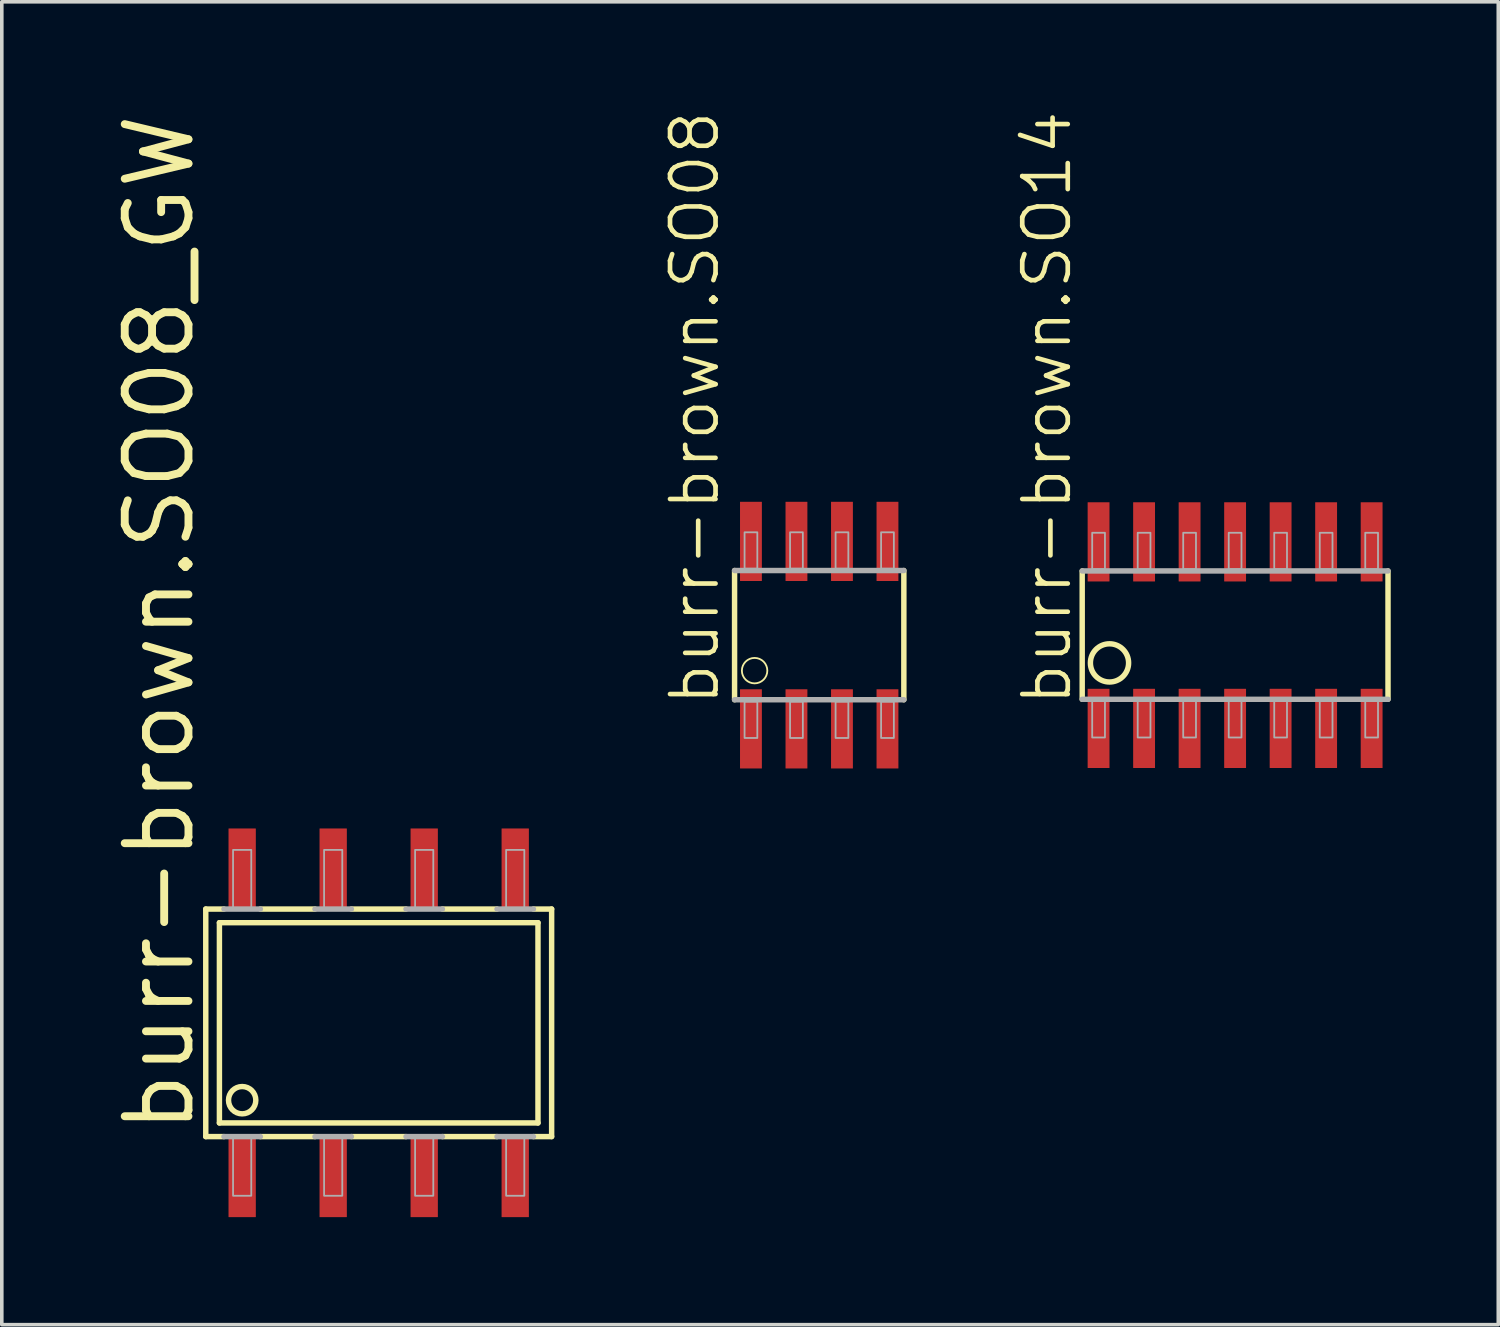
<source format=kicad_pcb>
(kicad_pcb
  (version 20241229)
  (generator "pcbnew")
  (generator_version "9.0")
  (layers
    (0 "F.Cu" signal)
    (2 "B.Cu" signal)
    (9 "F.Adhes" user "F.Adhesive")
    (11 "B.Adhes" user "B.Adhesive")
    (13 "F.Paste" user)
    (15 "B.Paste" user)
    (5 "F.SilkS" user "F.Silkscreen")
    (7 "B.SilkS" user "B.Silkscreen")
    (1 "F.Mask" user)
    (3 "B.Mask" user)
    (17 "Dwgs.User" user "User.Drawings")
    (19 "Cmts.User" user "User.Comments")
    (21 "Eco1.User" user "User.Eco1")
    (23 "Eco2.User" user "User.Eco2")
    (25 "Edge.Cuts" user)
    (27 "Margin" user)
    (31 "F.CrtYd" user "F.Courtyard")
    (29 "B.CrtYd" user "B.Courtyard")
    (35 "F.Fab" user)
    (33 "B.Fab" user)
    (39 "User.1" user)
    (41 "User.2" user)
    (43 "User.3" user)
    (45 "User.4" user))
  (footprint "burr-brown.SO08_GW"
    (layer "F.Cu")
    (at 7.518 25.493)
    (property "Reference" "burr-brown.SO08_GW" (at -5.08 3.175 90) (layer "F.SilkS") (effects (font (size 1.778 1.778) (thickness 0.22)) (justify left bottom)))
    (attr smd)
    (fp_line (start -4.826 -3.175) (end -4.826 3.175) (stroke (width 0.152) (type default)) (layer "F.SilkS"))
    (fp_line (start -4.826 3.175) (end -4.318 3.175) (stroke (width 0.152) (type default)) (layer "F.SilkS"))
    (fp_line (start -4.445 -2.794) (end 4.445 -2.794) (stroke (width 0.152) (type default)) (layer "F.SilkS"))
    (fp_line (start -4.445 2.794) (end -4.445 -2.794) (stroke (width 0.152) (type default)) (layer "F.SilkS"))
    (fp_line (start -4.318 -3.175) (end -4.826 -3.175) (stroke (width 0.152) (type default)) (layer "F.SilkS"))
    (fp_line (start -3.302 3.175) (end -1.778 3.175) (stroke (width 0.152) (type default)) (layer "F.SilkS"))
    (fp_line (start -1.778 -3.175) (end -3.302 -3.175) (stroke (width 0.152) (type default)) (layer "F.SilkS"))
    (fp_line (start -0.762 3.175) (end 0.762 3.175) (stroke (width 0.152) (type default)) (layer "F.SilkS"))
    (fp_line (start 0.762 -3.175) (end -0.762 -3.175) (stroke (width 0.152) (type default)) (layer "F.SilkS"))
    (fp_line (start 1.778 3.175) (end 3.302 3.175) (stroke (width 0.152) (type default)) (layer "F.SilkS"))
    (fp_line (start 3.302 -3.175) (end 1.778 -3.175) (stroke (width 0.152) (type default)) (layer "F.SilkS"))
    (fp_line (start 4.318 3.175) (end 4.826 3.175) (stroke (width 0.152) (type default)) (layer "F.SilkS"))
    (fp_line (start 4.445 -2.794) (end 4.445 2.794) (stroke (width 0.152) (type default)) (layer "F.SilkS"))
    (fp_line (start 4.445 2.794) (end -4.445 2.794) (stroke (width 0.152) (type default)) (layer "F.SilkS"))
    (fp_line (start 4.826 -3.175) (end 4.318 -3.175) (stroke (width 0.152) (type default)) (layer "F.SilkS"))
    (fp_line (start 4.826 3.175) (end 4.826 -3.175) (stroke (width 0.152) (type default)) (layer "F.SilkS"))
    (fp_circle (center -3.81 2.159) (end -3.429 2.159) (stroke (width 0.152) (type default)) (fill no) (layer "F.SilkS"))
    (fp_line (start -4.318 3.175) (end -3.302 3.175) (stroke (width 0.152) (type default)) (layer "F.Fab"))
    (fp_line (start -3.302 -3.175) (end -4.318 -3.175) (stroke (width 0.152) (type default)) (layer "F.Fab"))
    (fp_line (start -1.778 3.175) (end -0.762 3.175) (stroke (width 0.152) (type default)) (layer "F.Fab"))
    (fp_line (start -0.762 -3.175) (end -1.778 -3.175) (stroke (width 0.152) (type default)) (layer "F.Fab"))
    (fp_line (start 0.762 3.175) (end 1.778 3.175) (stroke (width 0.152) (type default)) (layer "F.Fab"))
    (fp_line (start 1.778 -3.175) (end 0.762 -3.175) (stroke (width 0.152) (type default)) (layer "F.Fab"))
    (fp_line (start 3.302 3.175) (end 4.318 3.175) (stroke (width 0.152) (type default)) (layer "F.Fab"))
    (fp_line (start 4.318 -3.175) (end 3.302 -3.175) (stroke (width 0.152) (type default)) (layer "F.Fab"))
    (fp_rect (start -4.064 -3.175) (end -3.556 -4.826) (stroke (width 0.05) (type default)) (fill no) (layer "F.Fab"))
    (fp_rect (start -4.064 4.826) (end -3.556 3.175) (stroke (width 0.05) (type default)) (fill no) (layer "F.Fab"))
    (fp_rect (start -1.524 -3.175) (end -1.016 -4.826) (stroke (width 0.05) (type default)) (fill no) (layer "F.Fab"))
    (fp_rect (start -1.524 4.826) (end -1.016 3.175) (stroke (width 0.05) (type default)) (fill no) (layer "F.Fab"))
    (fp_rect (start 1.016 -3.175) (end 1.524 -4.826) (stroke (width 0.05) (type default)) (fill no) (layer "F.Fab"))
    (fp_rect (start 1.016 4.826) (end 1.524 3.175) (stroke (width 0.05) (type default)) (fill no) (layer "F.Fab"))
    (fp_rect (start 3.556 -3.175) (end 4.064 -4.826) (stroke (width 0.05) (type default)) (fill no) (layer "F.Fab"))
    (fp_rect (start 3.556 4.826) (end 4.064 3.175) (stroke (width 0.05) (type default)) (fill no) (layer "F.Fab"))
    (pad "1" smd roundrect (at -3.81 4.318) (size 0.762 2.21) (layers "F.Cu" "F.Mask" "F.Paste") (roundrect_rratio 0.01))
    (pad "2" smd roundrect (at -1.27 4.318) (size 0.762 2.21) (layers "F.Cu" "F.Mask" "F.Paste") (roundrect_rratio 0.01))
    (pad "3" smd roundrect (at 1.27 4.318) (size 0.762 2.21) (layers "F.Cu" "F.Mask" "F.Paste") (roundrect_rratio 0.01))
    (pad "4" smd roundrect (at 3.81 4.318) (size 0.762 2.21) (layers "F.Cu" "F.Mask" "F.Paste") (roundrect_rratio 0.01))
    (pad "5" smd roundrect (at 3.81 -4.318) (size 0.762 2.21) (layers "F.Cu" "F.Mask" "F.Paste") (roundrect_rratio 0.01))
    (pad "6" smd roundrect (at 1.27 -4.318) (size 0.762 2.21) (layers "F.Cu" "F.Mask" "F.Paste") (roundrect_rratio 0.01))
    (pad "7" smd roundrect (at -1.27 -4.318) (size 0.762 2.21) (layers "F.Cu" "F.Mask" "F.Paste") (roundrect_rratio 0.01))
    (pad "8" smd roundrect (at -3.81 -4.318) (size 0.762 2.21) (layers "F.Cu" "F.Mask" "F.Paste") (roundrect_rratio 0.01)))
  (footprint "burr-brown.SO14"
    (layer "F.Cu")
    (at 31.417 14.674)
    (property "Reference" "burr-brown.SO14" (at -4.508 2.032 90) (layer "F.SilkS") (effects (font (size 1.27 1.27) (thickness 0.13)) (justify left bottom)))
    (attr smd)
    (fp_line (start -4.267 -1.791) (end -4.267 1.791) (stroke (width 0.152) (type default)) (layer "F.SilkS"))
    (fp_line (start 4.267 1.791) (end 4.267 -1.791) (stroke (width 0.152) (type default)) (layer "F.SilkS"))
    (fp_circle (center -3.505 0.775) (end -2.972 0.775) (stroke (width 0.152) (type default)) (fill no) (layer "F.SilkS"))
    (fp_line (start -4.267 1.791) (end 4.267 1.791) (stroke (width 0.152) (type default)) (layer "F.Fab"))
    (fp_line (start 4.267 -1.791) (end -4.267 -1.791) (stroke (width 0.152) (type default)) (layer "F.Fab"))
    (fp_rect (start -3.988 -1.841) (end -3.632 -2.857) (stroke (width 0.05) (type default)) (fill no) (layer "F.Fab"))
    (fp_rect (start -3.988 2.857) (end -3.632 1.841) (stroke (width 0.05) (type default)) (fill no) (layer "F.Fab"))
    (fp_rect (start -2.718 -1.841) (end -2.362 -2.857) (stroke (width 0.05) (type default)) (fill no) (layer "F.Fab"))
    (fp_rect (start -2.718 2.857) (end -2.362 1.841) (stroke (width 0.05) (type default)) (fill no) (layer "F.Fab"))
    (fp_rect (start -1.448 -1.841) (end -1.092 -2.857) (stroke (width 0.05) (type default)) (fill no) (layer "F.Fab"))
    (fp_rect (start -1.448 2.857) (end -1.092 1.841) (stroke (width 0.05) (type default)) (fill no) (layer "F.Fab"))
    (fp_rect (start -0.178 -1.841) (end 0.178 -2.857) (stroke (width 0.05) (type default)) (fill no) (layer "F.Fab"))
    (fp_rect (start -0.178 2.857) (end 0.178 1.841) (stroke (width 0.05) (type default)) (fill no) (layer "F.Fab"))
    (fp_rect (start 1.092 -1.841) (end 1.448 -2.857) (stroke (width 0.05) (type default)) (fill no) (layer "F.Fab"))
    (fp_rect (start 1.092 2.857) (end 1.448 1.841) (stroke (width 0.05) (type default)) (fill no) (layer "F.Fab"))
    (fp_rect (start 2.362 -1.841) (end 2.718 -2.857) (stroke (width 0.05) (type default)) (fill no) (layer "F.Fab"))
    (fp_rect (start 2.362 2.857) (end 2.718 1.841) (stroke (width 0.05) (type default)) (fill no) (layer "F.Fab"))
    (fp_rect (start 3.632 -1.841) (end 3.988 -2.857) (stroke (width 0.05) (type default)) (fill no) (layer "F.Fab"))
    (fp_rect (start 3.632 2.857) (end 3.988 1.841) (stroke (width 0.05) (type default)) (fill no) (layer "F.Fab"))
    (pad "1" smd roundrect (at -3.81 2.603) (size 0.61 2.21) (layers "F.Cu" "F.Mask" "F.Paste") (roundrect_rratio 0.01))
    (pad "2" smd roundrect (at -2.54 2.603) (size 0.61 2.21) (layers "F.Cu" "F.Mask" "F.Paste") (roundrect_rratio 0.01))
    (pad "3" smd roundrect (at -1.27 2.603) (size 0.61 2.21) (layers "F.Cu" "F.Mask" "F.Paste") (roundrect_rratio 0.01))
    (pad "4" smd roundrect (at 0 2.603) (size 0.61 2.21) (layers "F.Cu" "F.Mask" "F.Paste") (roundrect_rratio 0.01))
    (pad "5" smd roundrect (at 1.27 2.603) (size 0.61 2.21) (layers "F.Cu" "F.Mask" "F.Paste") (roundrect_rratio 0.01))
    (pad "6" smd roundrect (at 2.54 2.603) (size 0.61 2.21) (layers "F.Cu" "F.Mask" "F.Paste") (roundrect_rratio 0.01))
    (pad "7" smd roundrect (at 3.81 2.603) (size 0.61 2.21) (layers "F.Cu" "F.Mask" "F.Paste") (roundrect_rratio 0.01))
    (pad "8" smd roundrect (at 3.81 -2.603) (size 0.61 2.21) (layers "F.Cu" "F.Mask" "F.Paste") (roundrect_rratio 0.01))
    (pad "9" smd roundrect (at 2.54 -2.603) (size 0.61 2.21) (layers "F.Cu" "F.Mask" "F.Paste") (roundrect_rratio 0.01))
    (pad "10" smd roundrect (at 1.27 -2.603) (size 0.61 2.21) (layers "F.Cu" "F.Mask" "F.Paste") (roundrect_rratio 0.01))
    (pad "11" smd roundrect (at 0 -2.603) (size 0.61 2.21) (layers "F.Cu" "F.Mask" "F.Paste") (roundrect_rratio 0.01))
    (pad "12" smd roundrect (at -1.27 -2.603) (size 0.61 2.21) (layers "F.Cu" "F.Mask" "F.Paste") (roundrect_rratio 0.01))
    (pad "13" smd roundrect (at -2.54 -2.603) (size 0.61 2.21) (layers "F.Cu" "F.Mask" "F.Paste") (roundrect_rratio 0.01))
    (pad "14" smd roundrect (at -3.81 -2.603) (size 0.61 2.21) (layers "F.Cu" "F.Mask" "F.Paste") (roundrect_rratio 0.01)))
  (footprint "burr-brown.SO08"
    (layer "F.Cu")
    (at 19.811 14.674)
    (property "Reference" "burr-brown.SO08" (at -2.731 2.032 90) (layer "F.SilkS") (effects (font (size 1.27 1.27) (thickness 0.13)) (justify left bottom)))
    (attr smd)
    (fp_line (start -2.362 -1.803) (end -2.362 1.803) (stroke (width 0.152) (type default)) (layer "F.SilkS"))
    (fp_line (start 2.362 1.803) (end 2.362 -1.803) (stroke (width 0.152) (type default)) (layer "F.SilkS"))
    (fp_circle (center -1.803 0.991) (end -1.448 0.991) (stroke (width 0.051) (type default)) (fill no) (layer "F.SilkS"))
    (fp_line (start -2.362 1.803) (end 2.362 1.803) (stroke (width 0.152) (type default)) (layer "F.Fab"))
    (fp_line (start 2.362 -1.803) (end -2.362 -1.803) (stroke (width 0.152) (type default)) (layer "F.Fab"))
    (fp_rect (start -2.083 -1.854) (end -1.727 -2.87) (stroke (width 0.05) (type default)) (fill no) (layer "F.Fab"))
    (fp_rect (start -2.083 2.87) (end -1.727 1.854) (stroke (width 0.05) (type default)) (fill no) (layer "F.Fab"))
    (fp_rect (start -0.813 -1.854) (end -0.457 -2.87) (stroke (width 0.05) (type default)) (fill no) (layer "F.Fab"))
    (fp_rect (start -0.813 2.87) (end -0.457 1.854) (stroke (width 0.05) (type default)) (fill no) (layer "F.Fab"))
    (fp_rect (start 0.457 -1.854) (end 0.813 -2.87) (stroke (width 0.05) (type default)) (fill no) (layer "F.Fab"))
    (fp_rect (start 0.457 2.87) (end 0.813 1.854) (stroke (width 0.05) (type default)) (fill no) (layer "F.Fab"))
    (fp_rect (start 1.727 -1.854) (end 2.083 -2.87) (stroke (width 0.05) (type default)) (fill no) (layer "F.Fab"))
    (fp_rect (start 1.727 2.87) (end 2.083 1.854) (stroke (width 0.05) (type default)) (fill no) (layer "F.Fab"))
    (pad "1" smd roundrect (at -1.905 2.616) (size 0.61 2.21) (layers "F.Cu" "F.Mask" "F.Paste") (roundrect_rratio 0.01))
    (pad "2" smd roundrect (at -0.635 2.616) (size 0.61 2.21) (layers "F.Cu" "F.Mask" "F.Paste") (roundrect_rratio 0.01))
    (pad "3" smd roundrect (at 0.635 2.616) (size 0.61 2.21) (layers "F.Cu" "F.Mask" "F.Paste") (roundrect_rratio 0.01))
    (pad "4" smd roundrect (at 1.905 2.616) (size 0.61 2.21) (layers "F.Cu" "F.Mask" "F.Paste") (roundrect_rratio 0.01))
    (pad "5" smd roundrect (at 1.905 -2.616) (size 0.61 2.21) (layers "F.Cu" "F.Mask" "F.Paste") (roundrect_rratio 0.01))
    (pad "6" smd roundrect (at 0.635 -2.616) (size 0.61 2.21) (layers "F.Cu" "F.Mask" "F.Paste") (roundrect_rratio 0.01))
    (pad "7" smd roundrect (at -0.635 -2.616) (size 0.61 2.21) (layers "F.Cu" "F.Mask" "F.Paste") (roundrect_rratio 0.01))
    (pad "8" smd roundrect (at -1.905 -2.616) (size 0.61 2.21) (layers "F.Cu" "F.Mask" "F.Paste") (roundrect_rratio 0.01)))
  (gr_rect
    (start -3 -3)
    (end 38.761 33.916)
    (stroke (width 0.1) (type default))
    (fill no)
    (layer "Edge.Cuts")))
</source>
